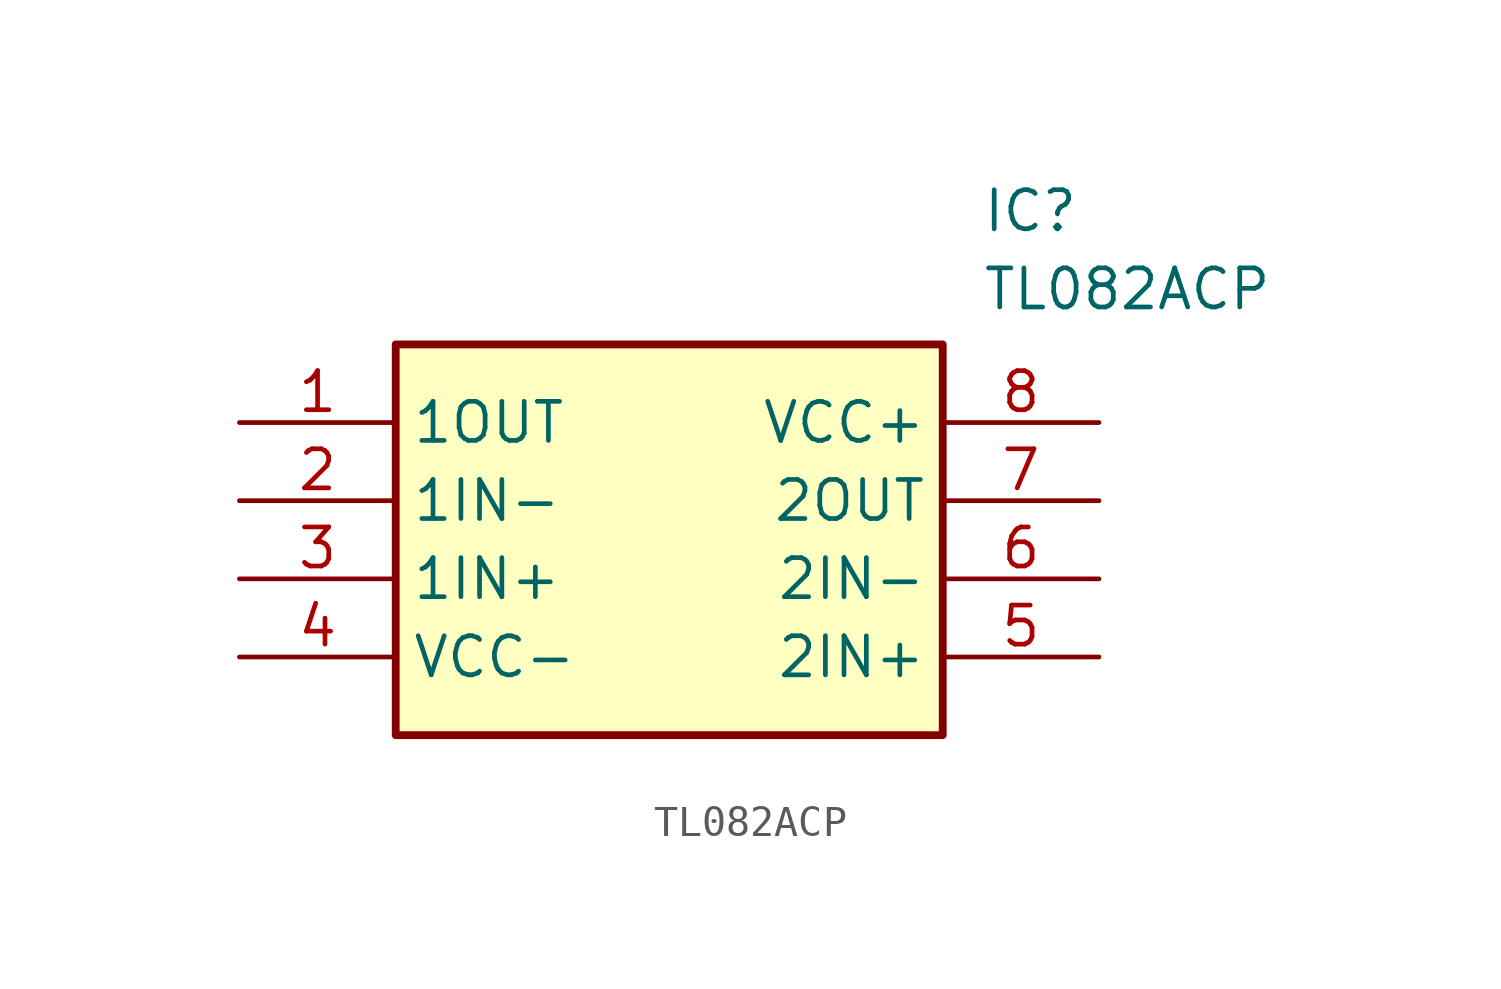
<source format=kicad_sym>
(kicad_symbol_lib
  (version 20220914)
  (generator SamacSys_ECAD_Model)
  (symbol "TL082ACP"
    (property "Reference" "IC"
      (at 24.13 7.62 0)
      (effects (font (size 1.27 1.27)) (justify left top)))
    (property "Value" "TL082ACP"
      (at 24.13 5.08 0)
      (effects (font (size 1.27 1.27)) (justify left top)))
    (rectangle
      (start 5.08 2.54)
      (end 22.86 -10.16)
      (stroke (width 0.254) (type default))
      (fill (type background)))
    (pin passive line
      (at 0 0 0)
      (length 5.08)
      (name "1OUT" (effects (font (size 1.27 1.27))))
      (number "1" (effects (font (size 1.27 1.27)))))
    (pin passive line
      (at 0 -2.54 0)
      (length 5.08)
      (name "1IN-" (effects (font (size 1.27 1.27))))
      (number "2" (effects (font (size 1.27 1.27)))))
    (pin passive line
      (at 0 -5.08 0)
      (length 5.08)
      (name "1IN+" (effects (font (size 1.27 1.27))))
      (number "3" (effects (font (size 1.27 1.27)))))
    (pin passive line
      (at 0 -7.62 0)
      (length 5.08)
      (name "VCC-" (effects (font (size 1.27 1.27))))
      (number "4" (effects (font (size 1.27 1.27)))))
    (pin passive line
      (at 27.94 0 180)
      (length 5.08)
      (name "VCC+" (effects (font (size 1.27 1.27))))
      (number "8" (effects (font (size 1.27 1.27)))))
    (pin passive line
      (at 27.94 -2.54 180)
      (length 5.08)
      (name "2OUT" (effects (font (size 1.27 1.27))))
      (number "7" (effects (font (size 1.27 1.27)))))
    (pin passive line
      (at 27.94 -5.08 180)
      (length 5.08)
      (name "2IN-" (effects (font (size 1.27 1.27))))
      (number "6" (effects (font (size 1.27 1.27)))))
    (pin passive line
      (at 27.94 -7.62 180)
      (length 5.08)
      (name "2IN+" (effects (font (size 1.27 1.27))))
      (number "5" (effects (font (size 1.27 1.27)))))))
</source>
